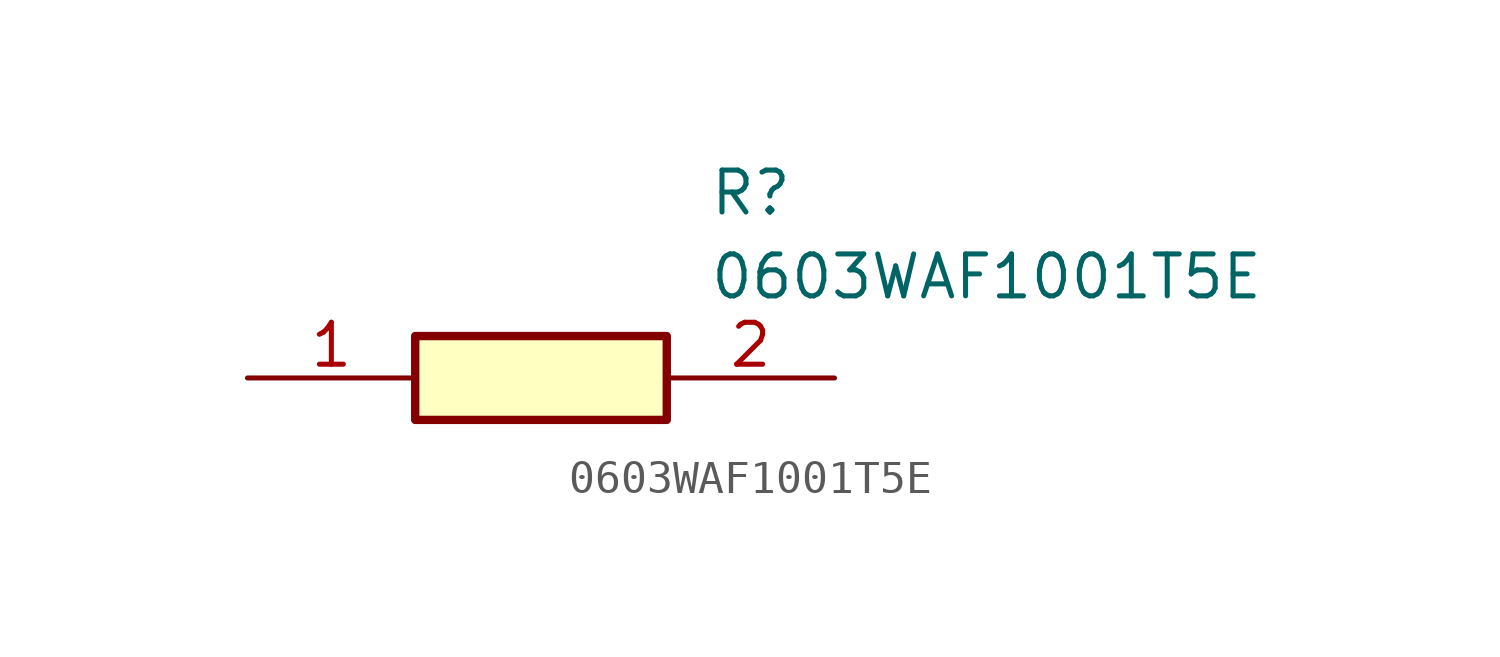
<source format=kicad_sym>
(kicad_symbol_lib
  (version 20211014)
  (generator SamacSys_ECAD_Model)
  (symbol "0603WAF1001T5E"
    (pin_names hide)
    (property "Reference" "R"
      (at 13.97 6.35 0)
      (effects (font (size 1.27 1.27)) (justify left top)))
    (property "Value" "0603WAF1001T5E"
      (at 13.97 3.81 0)
      (effects (font (size 1.27 1.27)) (justify left top)))
    (rectangle
      (start 5.08 1.27)
      (end 12.7 -1.27)
      (stroke (width 0.254) (type default))
      (fill (type background)))
    (pin passive line
      (at 0 0 0)
      (length 5.08)
      (name "1" (effects (font (size 1.27 1.27))))
      (number "1" (effects (font (size 1.27 1.27)))))
    (pin passive line
      (at 17.78 0 180)
      (length 5.08)
      (name "2" (effects (font (size 1.27 1.27))))
      (number "2" (effects (font (size 1.27 1.27)))))))
</source>
